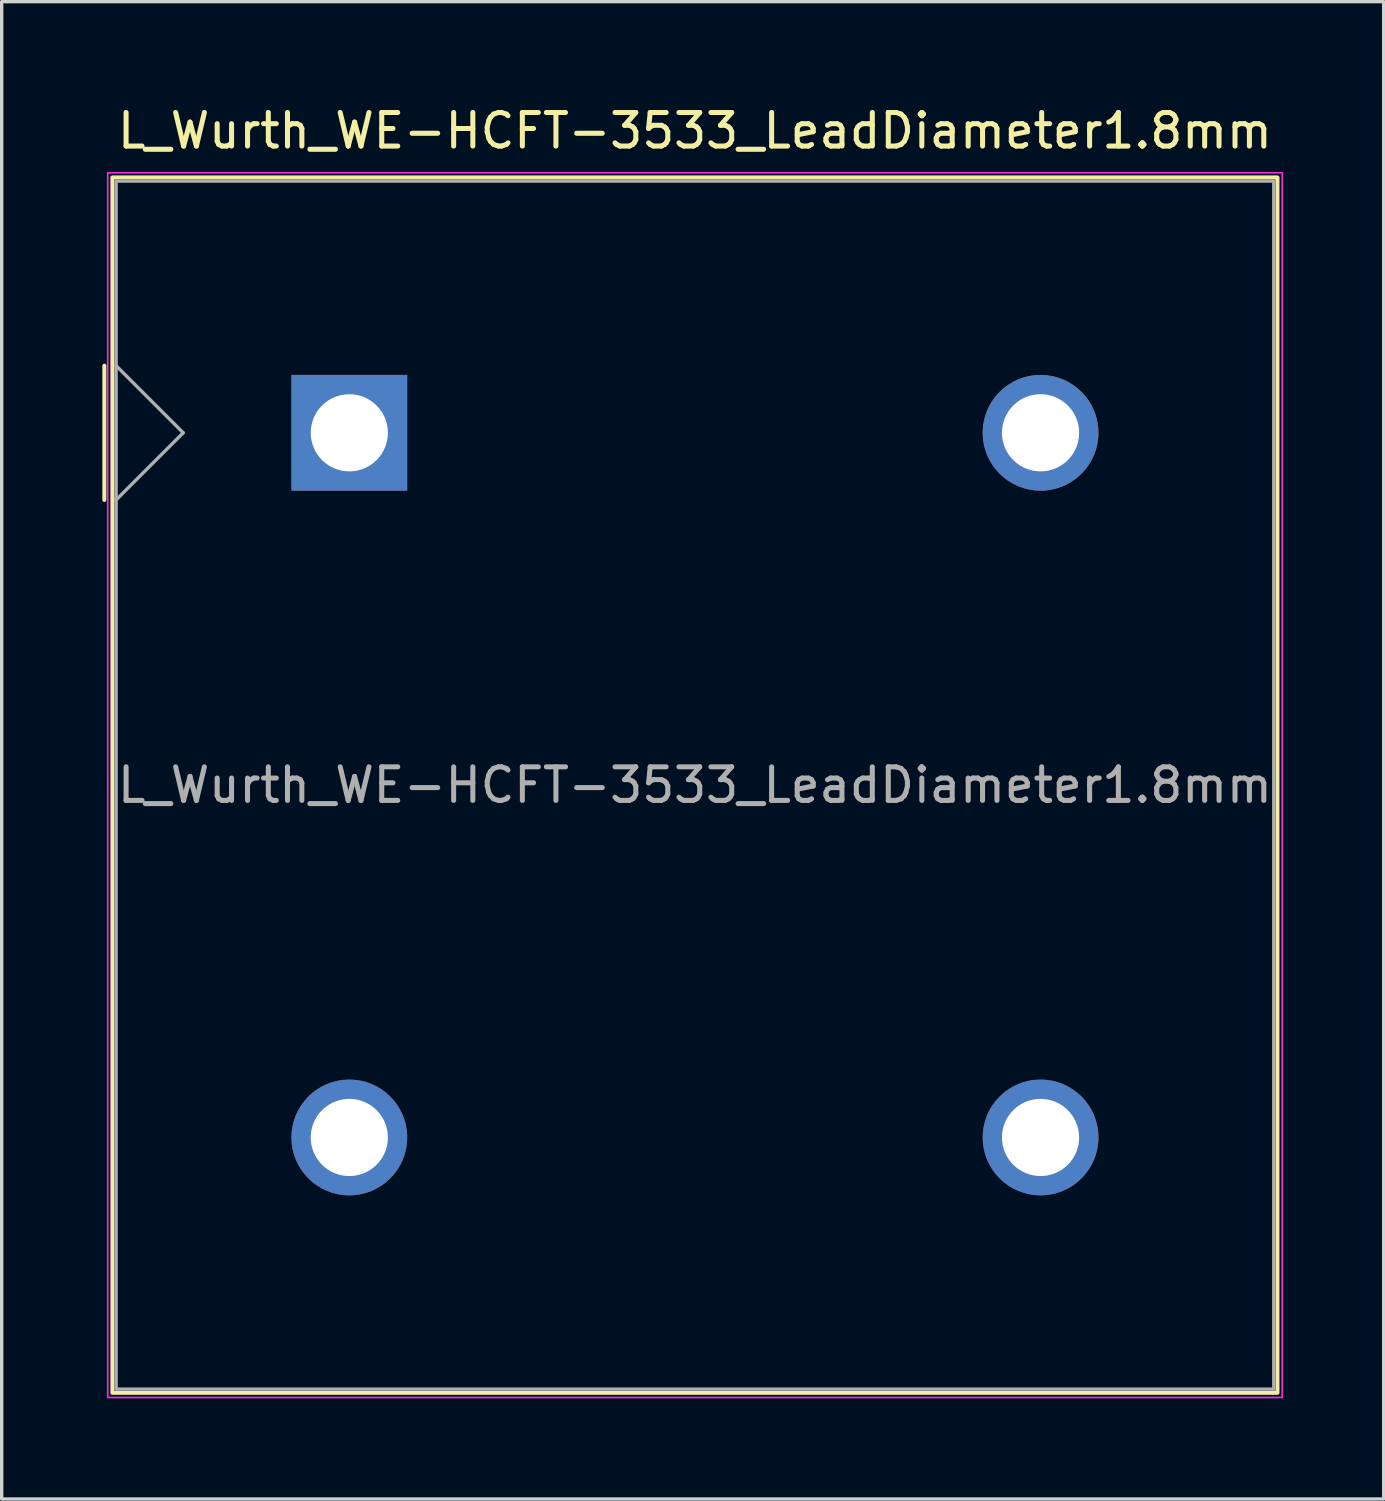
<source format=kicad_pcb>
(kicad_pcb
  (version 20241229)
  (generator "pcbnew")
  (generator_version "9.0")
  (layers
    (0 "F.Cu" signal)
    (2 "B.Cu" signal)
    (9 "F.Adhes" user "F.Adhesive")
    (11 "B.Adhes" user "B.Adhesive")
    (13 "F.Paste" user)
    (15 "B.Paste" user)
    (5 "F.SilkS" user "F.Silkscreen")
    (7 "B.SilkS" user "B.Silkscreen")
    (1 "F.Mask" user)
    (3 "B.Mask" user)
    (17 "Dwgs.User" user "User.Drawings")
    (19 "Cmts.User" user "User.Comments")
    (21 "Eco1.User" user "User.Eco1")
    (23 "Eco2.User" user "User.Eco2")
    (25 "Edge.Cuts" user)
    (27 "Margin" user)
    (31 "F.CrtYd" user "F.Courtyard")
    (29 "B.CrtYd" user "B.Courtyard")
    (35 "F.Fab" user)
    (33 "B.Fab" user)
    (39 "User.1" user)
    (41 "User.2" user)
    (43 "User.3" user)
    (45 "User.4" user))
  (footprint "L_Wurth_WE-HCFT-3533_LeadDiameter1.8mm"
    (layer "F.Cu")
    (at 7.36 9.848)
    (property "Reference" "L_Wurth_WE-HCFT-3533_LeadDiameter1.8mm" (at 10.3 -9 0) (unlocked yes) (layer "F.SilkS") (effects (font (size 1 1) (thickness 0.15))))
    (attr through_hole)
    (fp_line (start -7.3 -2) (end -7.3 2) (stroke (width 0.12) (type solid)) (layer "F.SilkS"))
    (fp_rect (start -7.06 -7.61) (end 27.66 28.61) (stroke (width 0.12) (type solid)) (fill no) (layer "F.SilkS"))
    (fp_rect (start -7.2 -7.75) (end 27.8 28.75) (stroke (width 0.05) (type solid)) (fill no) (layer "F.CrtYd"))
    (fp_line (start -6.95 -2) (end -4.95 0) (stroke (width 0.1) (type solid)) (layer "F.Fab"))
    (fp_line (start -4.95 0) (end -6.95 2) (stroke (width 0.1) (type solid)) (layer "F.Fab"))
    (fp_rect (start -6.95 -7.5) (end 27.55 28.5) (stroke (width 0.1) (type solid)) (fill no) (layer "F.Fab"))
    (fp_text user "${REFERENCE}" (at 10.3 10.5 0) (unlocked yes) (layer "F.Fab") (effects (font (size 1 1) (thickness 0.15))))
    (pad "" thru_hole circle (at 0 21) (size 3.45 3.45) (drill 2.3) (layers "*.Cu" "*.Mask"))
    (pad "" thru_hole circle (at 20.6 0) (size 3.45 3.45) (drill 2.3) (layers "*.Cu" "*.Mask"))
    (pad "1" thru_hole rect (at 0 0) (size 3.45 3.45) (drill 2.3) (layers "*.Cu" "*.Mask"))
    (pad "2" thru_hole circle (at 20.6 21) (size 3.45 3.45) (drill 2.3) (layers "*.Cu" "*.Mask")))
  (gr_rect
    (start -3 -3)
    (end 38.185 41.623)
    (stroke (width 0.1) (type default))
    (fill no)
    (layer "Edge.Cuts")))
</source>
